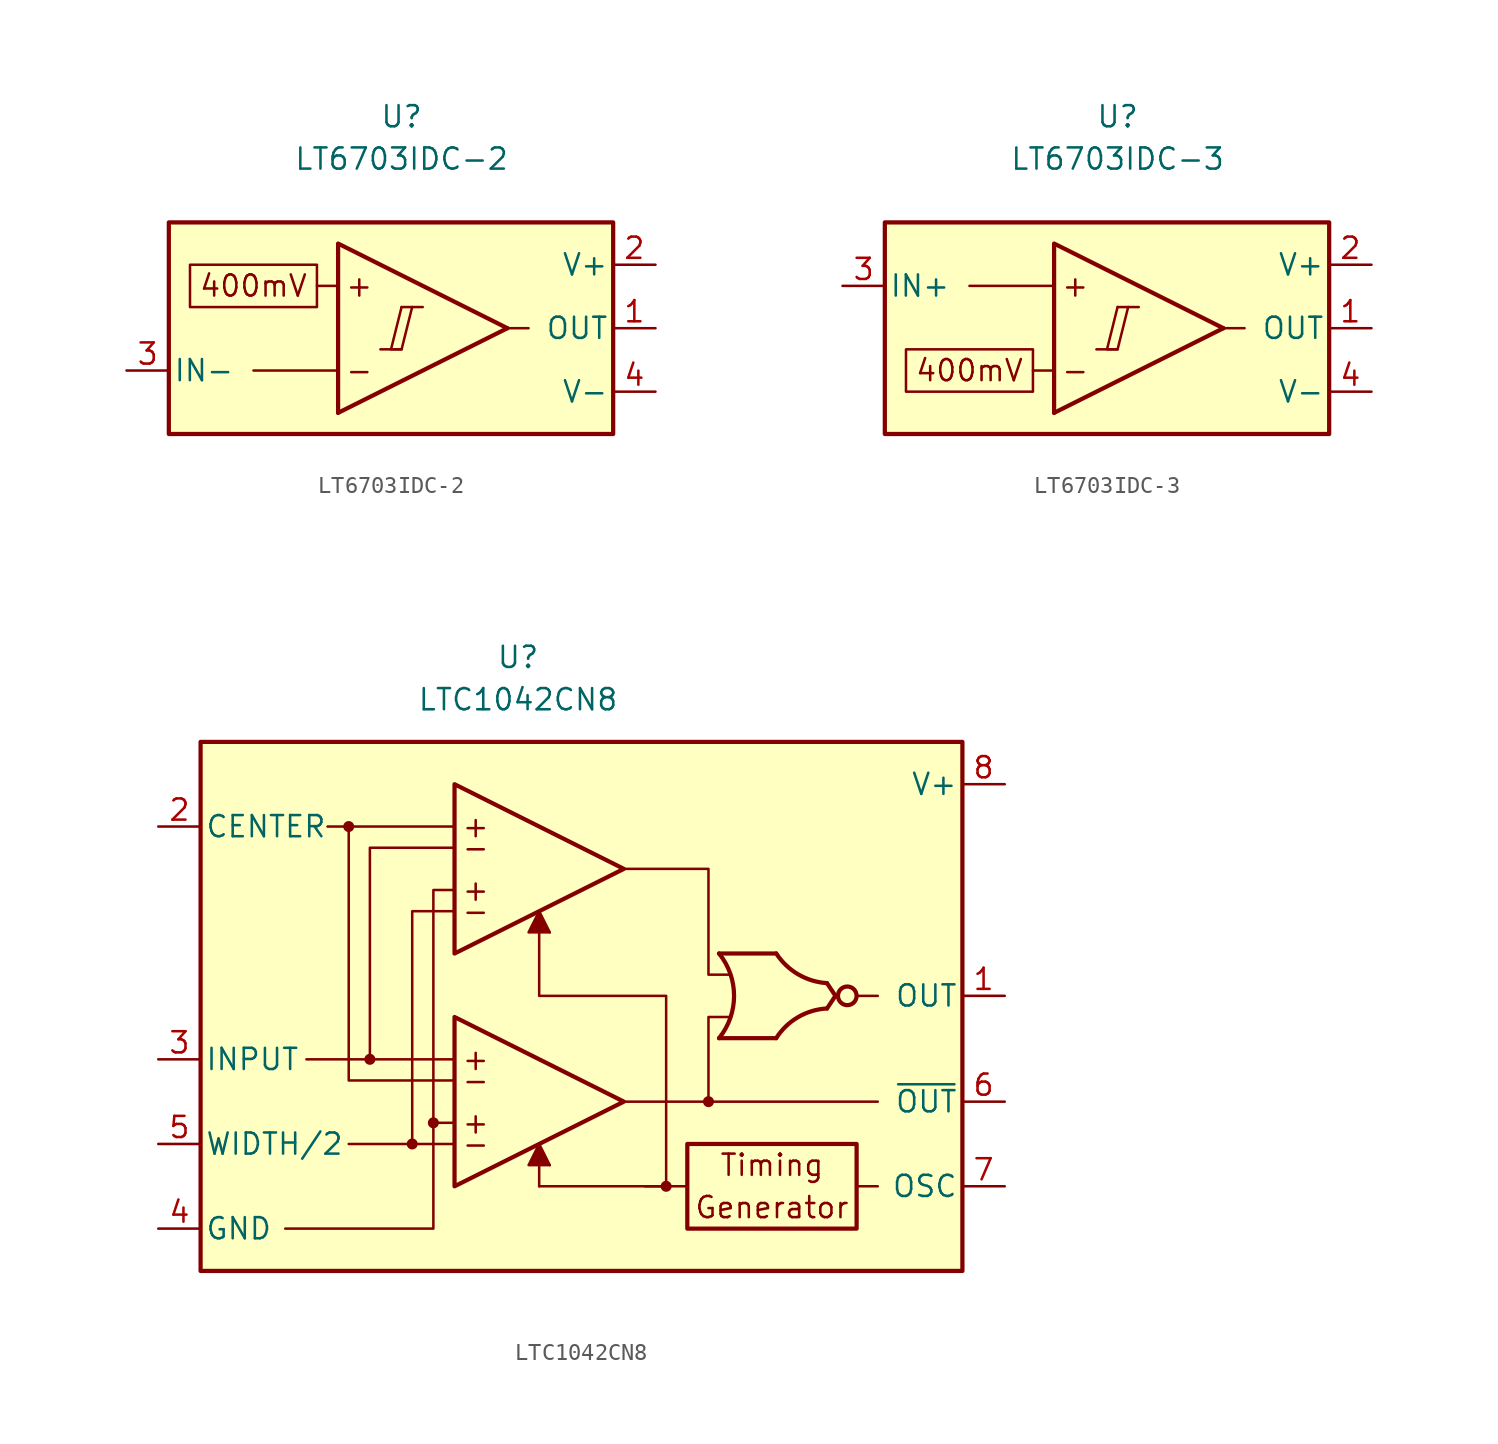
<source format=kicad_sym>
(kicad_symbol_lib
  (version 20211014)
  (generator kicad_symbol_editor)
  (symbol "LT6703IDC-2"
    (pin_names
      (offset 0.254))
    (property "Reference" "U"
      (at 0 12.7 0)
      (effects (font (size 1.27 1.27))))
    (property "Value" "LT6703IDC-2"
      (at 0 10.16 0)
      (effects (font (size 1.27 1.27))))
    (symbol "LT6703IDC-2_0_0"
      (polyline (pts (xy -1.27 -1.27) (xy 0 -1.27)) (stroke (width 0.152) (type default) (color 0 0 0 0)) (fill (type none)))
      (polyline (pts (xy 0 1.27) (xy 1.27 1.27)) (stroke (width 0.152) (type default) (color 0 0 0 0)) (fill (type none)))
      (polyline (pts (xy 6.35 0) (xy -3.81 -5.08)) (stroke (width 0.254) (type default) (color 0 0 0 0)) (fill (type none)))
      (polyline (pts (xy 6.35 0) (xy -3.81 5.08) (xy -3.81 -5.08)) (stroke (width 0.254) (type default) (color 0 0 0 0)) (fill (type background)))
      (polyline (pts (xy 0 1.27) (xy -0.635 -1.27) (xy 0 -1.27) (xy 0.635 1.27)) (stroke (width 0.152) (type default) (color 0 0 0 0)) (fill (type none)))
      (text "+" (at -2.54 2.54 0) (effects (font (size 1.27 1.27))))
      (text "-" (at -2.54 -2.54 0) (effects (font (size 1.27 1.27)))))
    (symbol "LT6703IDC-2_0_1"
      (polyline (pts (xy -3.81 -2.54) (xy -8.89 -2.54)) (stroke (width 0) (type default) (color 0 0 0 0)) (fill (type none)))
      (polyline (pts (xy -3.81 2.54) (xy -5.08 2.54)) (stroke (width 0) (type default) (color 0 0 0 0)) (fill (type none)))
      (polyline (pts (xy 6.35 0) (xy 7.62 0)) (stroke (width 0) (type default) (color 0 0 0 0)) (fill (type none))))
    (symbol "LT6703IDC-2_1_0"
      (rectangle (start -13.97 6.35) (end 12.7 -6.35) (stroke (width 0.254) (type default) (color 0 0 0 0)) (fill (type background)))
      (rectangle (start -12.7 3.81) (end -5.08 1.27) (stroke (width 0.152) (type default) (color 0 0 0 0)) (fill (type none)))
      (text "400mV" (at -8.89 2.54 0) (effects (font (size 1.27 1.27)))))
    (symbol "LT6703IDC-2_1_1"
      (pin output line (at 15.24 0 180) (length 2.54) (name "OUT" (effects (font (size 1.27 1.27)))) (number "1" (effects (font (size 1.27 1.27)))))
      (pin power_in line (at 15.24 3.81 180) (length 2.54) (name "V+" (effects (font (size 1.27 1.27)))) (number "2" (effects (font (size 1.27 1.27)))))
      (pin input line (at -16.51 -2.54 0) (length 2.54) (name "IN-" (effects (font (size 1.27 1.27)))) (number "3" (effects (font (size 1.27 1.27)))))
      (pin power_in line (at 15.24 -3.81 180) (length 2.54) (name "V-" (effects (font (size 1.27 1.27)))) (number "4" (effects (font (size 1.27 1.27)))))))
  (symbol "LT6703IDC-3"
    (pin_names
      (offset 0.254))
    (property "Reference" "U"
      (at 0 12.7 0)
      (effects (font (size 1.27 1.27))))
    (property "Value" "LT6703IDC-3"
      (at 0 10.16 0)
      (effects (font (size 1.27 1.27))))
    (symbol "LT6703IDC-3_0_0"
      (polyline (pts (xy -1.27 -1.27) (xy 0 -1.27)) (stroke (width 0.152) (type default) (color 0 0 0 0)) (fill (type none)))
      (polyline (pts (xy 0 1.27) (xy 1.27 1.27)) (stroke (width 0.152) (type default) (color 0 0 0 0)) (fill (type none)))
      (polyline (pts (xy 6.35 0) (xy -3.81 -5.08)) (stroke (width 0.254) (type default) (color 0 0 0 0)) (fill (type none)))
      (polyline (pts (xy 6.35 0) (xy -3.81 5.08) (xy -3.81 -5.08)) (stroke (width 0.254) (type default) (color 0 0 0 0)) (fill (type background)))
      (polyline (pts (xy 0 1.27) (xy -0.635 -1.27) (xy 0 -1.27) (xy 0.635 1.27)) (stroke (width 0.152) (type default) (color 0 0 0 0)) (fill (type none)))
      (text "+" (at -2.54 2.54 0) (effects (font (size 1.27 1.27))))
      (text "-" (at -2.54 -2.54 0) (effects (font (size 1.27 1.27)))))
    (symbol "LT6703IDC-3_0_1"
      (polyline (pts (xy -3.81 -2.54) (xy -5.08 -2.54)) (stroke (width 0) (type default) (color 0 0 0 0)) (fill (type none)))
      (polyline (pts (xy -3.81 2.54) (xy -8.89 2.54)) (stroke (width 0) (type default) (color 0 0 0 0)) (fill (type none)))
      (polyline (pts (xy 6.35 0) (xy 7.62 0)) (stroke (width 0) (type default) (color 0 0 0 0)) (fill (type none))))
    (symbol "LT6703IDC-3_1_0"
      (rectangle (start -13.97 6.35) (end 12.7 -6.35) (stroke (width 0.254) (type default) (color 0 0 0 0)) (fill (type background)))
      (rectangle (start -12.7 -1.27) (end -5.08 -3.81) (stroke (width 0.152) (type default) (color 0 0 0 0)) (fill (type none)))
      (text "400mV" (at -8.89 -2.54 0) (effects (font (size 1.27 1.27)))))
    (symbol "LT6703IDC-3_1_1"
      (pin output line (at 15.24 0 180) (length 2.54) (name "OUT" (effects (font (size 1.27 1.27)))) (number "1" (effects (font (size 1.27 1.27)))))
      (pin power_in line (at 15.24 3.81 180) (length 2.54) (name "V+" (effects (font (size 1.27 1.27)))) (number "2" (effects (font (size 1.27 1.27)))))
      (pin input line (at -16.51 2.54 0) (length 2.54) (name "IN+" (effects (font (size 1.27 1.27)))) (number "3" (effects (font (size 1.27 1.27)))))
      (pin power_in line (at 15.24 -3.81 180) (length 2.54) (name "V-" (effects (font (size 1.27 1.27)))) (number "4" (effects (font (size 1.27 1.27)))))))
  (symbol "LTC1042CN8"
    (pin_names
      (offset 0.254))
    (property "Reference" "U"
      (at 0 20.32 0)
      (effects (font (size 1.27 1.27))))
    (property "Value" "LTC1042CN8"
      (at 0 17.78 0)
      (effects (font (size 1.27 1.27))))
    (symbol "LTC1042CN8_0_0"
      (rectangle (start -19.05 15.24) (end 26.67 -16.51) (stroke (width 0.254) (type default) (color 0 0 0 0)) (fill (type background)))
      (circle (center -10.16 10.16) (radius 0.254) (stroke (width 0.152) (type default) (color 0 0 0 0)) (fill (type outline)))
      (circle (center -8.89 -3.81) (radius 0.254) (stroke (width 0.152) (type default) (color 0 0 0 0)) (fill (type outline)))
      (circle (center -6.35 -8.89) (radius 0.254) (stroke (width 0.152) (type default) (color 0 0 0 0)) (fill (type outline)))
      (circle (center -5.08 -7.62) (radius 0.254) (stroke (width 0.152) (type default) (color 0 0 0 0)) (fill (type outline)))
      (polyline (pts (xy -10.16 10.16) (xy -11.43 10.16)) (stroke (width 0.152) (type default) (color 0 0 0 0)) (fill (type none)))
      (polyline (pts (xy -8.89 -3.81) (xy -12.7 -3.81)) (stroke (width 0.152) (type default) (color 0 0 0 0)) (fill (type none)))
      (polyline (pts (xy -6.35 -8.89) (xy -10.16 -8.89)) (stroke (width 0.152) (type default) (color 0 0 0 0)) (fill (type none)))
      (polyline (pts (xy 1.27 -11.43) (xy 1.27 -10.16)) (stroke (width 0.152) (type default) (color 0 0 0 0)) (fill (type none)))
      (polyline (pts (xy 1.905 -10.16) (xy 1.27 -8.89)) (stroke (width 0.152) (type default) (color 0 0 0 0)) (fill (type none)))
      (polyline (pts (xy 1.905 3.81) (xy 1.27 5.08)) (stroke (width 0.152) (type default) (color 0 0 0 0)) (fill (type none)))
      (polyline (pts (xy 10.16 -11.43) (xy 7.62 -11.43)) (stroke (width 0.152) (type default) (color 0 0 0 0)) (fill (type none)))
      (polyline (pts (xy 11.43 -6.35) (xy 21.59 -6.35)) (stroke (width 0.152) (type default) (color 0 0 0 0)) (fill (type none)))
      (polyline (pts (xy 12.065 -2.54) (xy 15.494 -2.54)) (stroke (width 0.254) (type default) (color 0 0 0 0)) (fill (type none)))
      (polyline (pts (xy 12.065 2.54) (xy 15.494 2.54)) (stroke (width 0.254) (type default) (color 0 0 0 0)) (fill (type none)))
      (polyline (pts (xy 19.05 0) (xy 18.542 -0.762)) (stroke (width 0.254) (type default) (color 0 0 0 0)) (fill (type none)))
      (polyline (pts (xy 19.05 0) (xy 18.542 0.762)) (stroke (width 0.254) (type default) (color 0 0 0 0)) (fill (type none)))
      (polyline (pts (xy 20.32 -11.43) (xy 21.59 -11.43)) (stroke (width 0.152) (type default) (color 0 0 0 0)) (fill (type none)))
      (polyline (pts (xy 20.32 0) (xy 21.59 0)) (stroke (width 0.152) (type default) (color 0 0 0 0)) (fill (type none)))
      (polyline (pts (xy -5.08 -7.62) (xy -5.08 -13.97) (xy -13.97 -13.97)) (stroke (width 0.152) (type default) (color 0 0 0 0)) (fill (type none)))
      (polyline (pts (xy 1.27 -8.89) (xy 0.635 -10.16) (xy 1.905 -10.16)) (stroke (width 0.152) (type default) (color 0 0 0 0)) (fill (type outline)))
      (polyline (pts (xy 1.27 5.08) (xy 0.635 3.81) (xy 1.905 3.81)) (stroke (width 0.152) (type default) (color 0 0 0 0)) (fill (type outline)))
      (polyline (pts (xy -3.81 -3.81) (xy -8.89 -3.81) (xy -8.89 8.89) (xy -3.81 8.89)) (stroke (width 0.152) (type default) (color 0 0 0 0)) (fill (type none)))
      (polyline (pts (xy -3.81 5.08) (xy -6.35 5.08) (xy -6.35 -8.89) (xy -3.81 -8.89)) (stroke (width 0.152) (type default) (color 0 0 0 0)) (fill (type none)))
      (polyline (pts (xy -3.81 6.35) (xy -5.08 6.35) (xy -5.08 -7.62) (xy -3.81 -7.62)) (stroke (width 0.152) (type default) (color 0 0 0 0)) (fill (type none)))
      (polyline (pts (xy -3.81 10.16) (xy -10.16 10.16) (xy -10.16 -5.08) (xy -3.81 -5.08)) (stroke (width 0.152) (type default) (color 0 0 0 0)) (fill (type none)))
      (polyline (pts (xy 6.35 -6.35) (xy 11.43 -6.35) (xy 11.43 -1.27) (xy 12.7 -1.27)) (stroke (width 0.152) (type default) (color 0 0 0 0)) (fill (type none)))
      (polyline (pts (xy 6.35 7.62) (xy 11.43 7.62) (xy 11.43 1.27) (xy 12.7 1.27)) (stroke (width 0.152) (type default) (color 0 0 0 0)) (fill (type none)))
      (polyline (pts (xy 1.27 -11.43) (xy 8.89 -11.43) (xy 8.89 0) (xy 1.27 0) (xy 1.27 5.08)) (stroke (width 0.152) (type default) (color 0 0 0 0)) (fill (type none)))
      (circle (center 8.89 -11.43) (radius 0.254) (stroke (width 0.152) (type default) (color 0 0 0 0)) (fill (type outline)))
      (rectangle (start 10.16 -8.89) (end 20.32 -13.97) (stroke (width 0.254) (type default) (color 0 0 0 0)) (fill (type none)))
      (circle (center 11.43 -6.35) (radius 0.254) (stroke (width 0.152) (type default) (color 0 0 0 0)) (fill (type outline)))
      (arc (start 12.065 -2.54) (mid 12.9662 0) (end 12.065 2.54) (stroke (width 0.254) (type default) (color 0 0 0 0)) (fill (type none)))
      (arc (start 15.494 2.54) (mid 13.2637 -4.7849) (end 18.542 0.762) (stroke (width 0.254) (type default) (color 0 0 0 0)) (fill (type none)))
      (arc (start 18.542 -0.762) (mid 13.3431 4.6487) (end 15.494 -2.54) (stroke (width 0.254) (type default) (color 0 0 0 0)) (fill (type none)))
      (circle (center 19.761 0) (radius 0.559) (stroke (width 0.254) (type default) (color 0 0 0 0)) (fill (type none)))
      (text "+" (at -2.54 -7.62 0) (effects (font (size 1.27 1.27))))
      (text "+" (at -2.54 -3.81 0) (effects (font (size 1.27 1.27))))
      (text "+" (at -2.54 6.35 0) (effects (font (size 1.27 1.27))))
      (text "+" (at -2.54 10.16 0) (effects (font (size 1.27 1.27))))
      (text "-" (at -2.54 -8.89 0) (effects (font (size 1.27 1.27))))
      (text "-" (at -2.54 -5.08 0) (effects (font (size 1.27 1.27))))
      (text "-" (at -2.54 5.08 0) (effects (font (size 1.27 1.27))))
      (text "-" (at -2.54 8.89 0) (effects (font (size 1.27 1.27))))
      (text "Generator" (at 15.24 -12.7 0) (effects (font (size 1.27 1.27))))
      (text "Timing" (at 15.24 -10.16 0) (effects (font (size 1.27 1.27)))))
    (symbol "LTC1042CN8_0_1"
      (polyline (pts (xy -3.81 -1.27) (xy -3.81 -11.43) (xy 6.35 -6.35) (xy -3.81 -1.27)) (stroke (width 0.254) (type default) (color 0 0 0 0)) (fill (type background)))
      (polyline (pts (xy -3.81 12.7) (xy -3.81 2.54) (xy 6.35 7.62) (xy -3.81 12.7)) (stroke (width 0.254) (type default) (color 0 0 0 0)) (fill (type background))))
    (symbol "LTC1042CN8_1_1"
      (pin output line (at 29.21 0 180) (length 2.54) (name "OUT" (effects (font (size 1.27 1.27)))) (number "1" (effects (font (size 1.27 1.27)))))
      (pin input line (at -21.59 10.16 0) (length 2.54) (name "CENTER" (effects (font (size 1.27 1.27)))) (number "2" (effects (font (size 1.27 1.27)))))
      (pin input line (at -21.59 -3.81 0) (length 2.54) (name "INPUT" (effects (font (size 1.27 1.27)))) (number "3" (effects (font (size 1.27 1.27)))))
      (pin power_in line (at -21.59 -13.97 0) (length 2.54) (name "GND" (effects (font (size 1.27 1.27)))) (number "4" (effects (font (size 1.27 1.27)))))
      (pin input line (at -21.59 -8.89 0) (length 2.54) (name "WIDTH/2" (effects (font (size 1.27 1.27)))) (number "5" (effects (font (size 1.27 1.27)))))
      (pin output line (at 29.21 -6.35 180) (length 2.54) (name "~{OUT}" (effects (font (size 1.27 1.27)))) (number "6" (effects (font (size 1.27 1.27)))))
      (pin passive line (at 29.21 -11.43 180) (length 2.54) (name "OSC" (effects (font (size 1.27 1.27)))) (number "7" (effects (font (size 1.27 1.27)))))
      (pin power_in line (at 29.21 12.7 180) (length 2.54) (name "V+" (effects (font (size 1.27 1.27)))) (number "8" (effects (font (size 1.27 1.27))))))))
</source>
